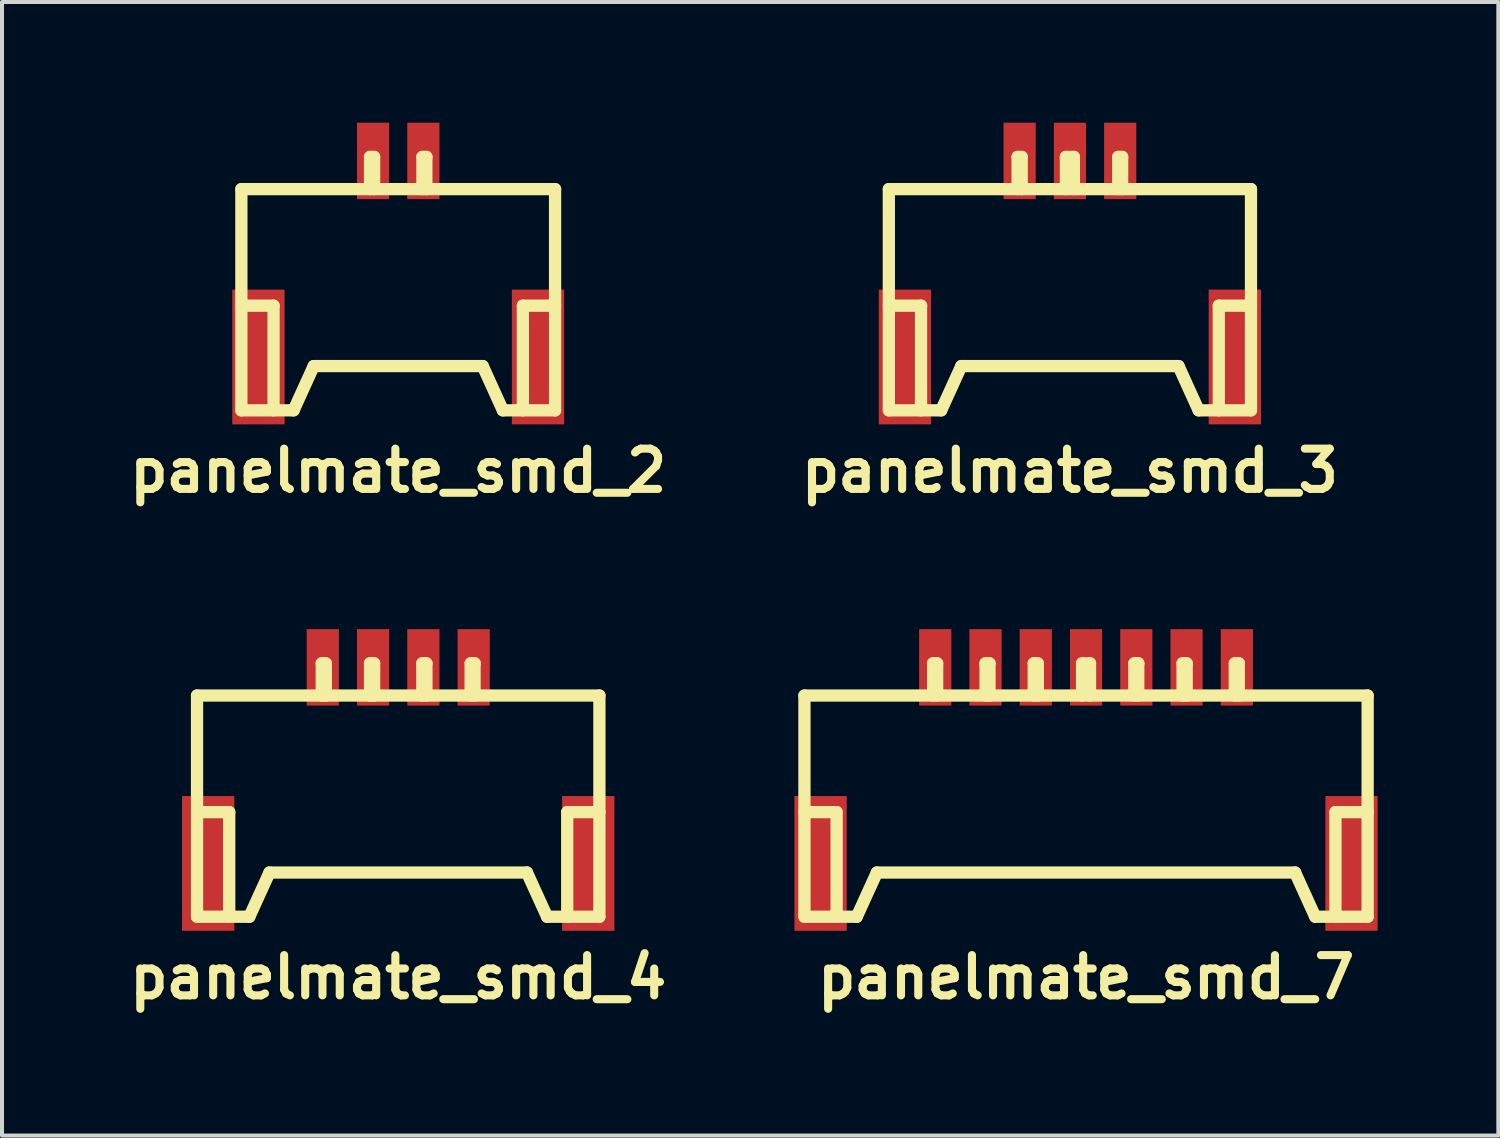
<source format=kicad_pcb>
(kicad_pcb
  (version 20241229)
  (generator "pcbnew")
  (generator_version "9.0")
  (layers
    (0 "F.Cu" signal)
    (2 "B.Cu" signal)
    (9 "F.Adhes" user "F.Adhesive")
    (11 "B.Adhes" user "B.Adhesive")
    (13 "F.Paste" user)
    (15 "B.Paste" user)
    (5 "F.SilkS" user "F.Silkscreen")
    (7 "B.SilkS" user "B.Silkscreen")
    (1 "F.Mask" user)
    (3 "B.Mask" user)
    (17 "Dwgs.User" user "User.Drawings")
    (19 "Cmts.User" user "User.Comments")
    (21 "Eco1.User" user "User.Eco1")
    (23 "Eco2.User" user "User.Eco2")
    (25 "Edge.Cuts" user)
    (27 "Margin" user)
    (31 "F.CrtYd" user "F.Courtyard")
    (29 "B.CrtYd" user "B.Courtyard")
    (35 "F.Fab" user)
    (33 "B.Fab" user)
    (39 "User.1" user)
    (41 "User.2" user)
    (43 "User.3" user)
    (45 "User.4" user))
  (footprint "panelmate_smd_3"
    (layer "F.Cu")
    (at 23.546 4.45)
    (property "Reference" "panelmate_smd_3" (at 0 4.201 0) (layer "F.SilkS") (effects (font (size 1.001 1.001) (thickness 0.201))))
    (attr smd)
    (fp_line (start -4.501 -2.799) (end 4.501 -2.799) (stroke (width 0.305) (type solid)) (layer "F.SilkS"))
    (fp_line (start -4.501 2.7) (end -4.501 -2.799) (stroke (width 0.305) (type solid)) (layer "F.SilkS"))
    (fp_line (start -4.498 0.099) (end -3.698 0.099) (stroke (width 0.305) (type solid)) (layer "F.SilkS"))
    (fp_line (start -3.701 0.099) (end -3.701 2.7) (stroke (width 0.305) (type solid)) (layer "F.SilkS"))
    (fp_line (start -3.2 2.7) (end -4.498 2.7) (stroke (width 0.305) (type solid)) (layer "F.SilkS"))
    (fp_line (start -3.2 2.7) (end -2.7 1.6) (stroke (width 0.305) (type solid)) (layer "F.SilkS"))
    (fp_line (start -2.7 1.6) (end 2.7 1.6) (stroke (width 0.305) (type solid)) (layer "F.SilkS"))
    (fp_line (start -1.3 -3.599) (end -1.199 -3.599) (stroke (width 0.305) (type solid)) (layer "F.SilkS"))
    (fp_line (start -1.3 -2.799) (end -1.3 -3.599) (stroke (width 0.305) (type solid)) (layer "F.SilkS"))
    (fp_line (start -1.199 -3.599) (end -1.199 -2.799) (stroke (width 0.305) (type solid)) (layer "F.SilkS"))
    (fp_line (start -0.099 -3.599) (end 0.099 -3.599) (stroke (width 0.305) (type solid)) (layer "F.SilkS"))
    (fp_line (start -0.099 -2.799) (end -0.099 -3.599) (stroke (width 0.305) (type solid)) (layer "F.SilkS"))
    (fp_line (start 0.099 -3.599) (end 0.099 -2.799) (stroke (width 0.305) (type solid)) (layer "F.SilkS"))
    (fp_line (start 1.201 -3.599) (end 1.3 -3.599) (stroke (width 0.305) (type solid)) (layer "F.SilkS"))
    (fp_line (start 1.201 -2.799) (end 1.201 -3.599) (stroke (width 0.305) (type solid)) (layer "F.SilkS"))
    (fp_line (start 1.298 -3.599) (end 1.298 -2.799) (stroke (width 0.305) (type solid)) (layer "F.SilkS"))
    (fp_line (start 2.7 1.6) (end 3.2 2.7) (stroke (width 0.305) (type solid)) (layer "F.SilkS"))
    (fp_line (start 3.2 2.7) (end 4.498 2.7) (stroke (width 0.305) (type solid)) (layer "F.SilkS"))
    (fp_line (start 3.701 0.099) (end 3.701 2.7) (stroke (width 0.305) (type solid)) (layer "F.SilkS"))
    (fp_line (start 4.501 -2.799) (end 4.501 2.7) (stroke (width 0.305) (type solid)) (layer "F.SilkS"))
    (fp_line (start 4.501 0.099) (end 3.701 0.099) (stroke (width 0.305) (type solid)) (layer "F.SilkS"))
    (pad "1" smd rect (at -1.25 -3.5) (size 0.8 1.9) (layers "F.Cu" "F.Mask" "F.Paste"))
    (pad "2" smd rect (at 0 -3.5) (size 0.8 1.9) (layers "F.Cu" "F.Mask" "F.Paste"))
    (pad "3" smd rect (at 1.25 -3.5) (size 0.8 1.9) (layers "F.Cu" "F.Mask" "F.Paste"))
    (pad "4" smd rect (at -4.1 1.374) (size 1.3 3.35) (layers "F.Cu" "F.Mask" "F.Paste"))
    (pad "4" smd rect (at 4.1 1.374) (size 1.3 3.35) (layers "F.Cu" "F.Mask" "F.Paste")))
  (footprint "panelmate_smd_4"
    (layer "F.Cu")
    (at 6.849 17.039)
    (property "Reference" "panelmate_smd_4" (at 0 4.201 0) (layer "F.SilkS") (effects (font (size 1.001 1.001) (thickness 0.201))))
    (attr smd)
    (fp_line (start -5.001 -2.799) (end -5.001 2.7) (stroke (width 0.305) (type solid)) (layer "F.SilkS"))
    (fp_line (start -4.999 0.099) (end -4.199 0.099) (stroke (width 0.305) (type solid)) (layer "F.SilkS"))
    (fp_line (start -4.201 0.099) (end -4.201 2.7) (stroke (width 0.305) (type solid)) (layer "F.SilkS"))
    (fp_line (start -3.701 2.7) (end -4.999 2.7) (stroke (width 0.305) (type solid)) (layer "F.SilkS"))
    (fp_line (start -3.701 2.7) (end -3.2 1.6) (stroke (width 0.305) (type solid)) (layer "F.SilkS"))
    (fp_line (start -3.2 1.6) (end 3.2 1.6) (stroke (width 0.305) (type solid)) (layer "F.SilkS"))
    (fp_line (start -1.902 -3.599) (end -1.801 -3.599) (stroke (width 0.305) (type solid)) (layer "F.SilkS"))
    (fp_line (start -1.9 -2.799) (end -1.9 -3.599) (stroke (width 0.305) (type solid)) (layer "F.SilkS"))
    (fp_line (start -1.801 -3.599) (end -1.801 -2.799) (stroke (width 0.305) (type solid)) (layer "F.SilkS"))
    (fp_line (start -0.701 -3.599) (end -0.701 -2.799) (stroke (width 0.305) (type solid)) (layer "F.SilkS"))
    (fp_line (start -0.599 -3.599) (end -0.701 -3.599) (stroke (width 0.305) (type solid)) (layer "F.SilkS"))
    (fp_line (start -0.599 -3.599) (end -0.599 -2.799) (stroke (width 0.305) (type solid)) (layer "F.SilkS"))
    (fp_line (start 0.599 -3.599) (end 0.599 -2.799) (stroke (width 0.305) (type solid)) (layer "F.SilkS"))
    (fp_line (start 0.701 -3.599) (end 0.599 -3.599) (stroke (width 0.305) (type solid)) (layer "F.SilkS"))
    (fp_line (start 0.701 -2.799) (end 0.701 -3.599) (stroke (width 0.305) (type solid)) (layer "F.SilkS"))
    (fp_line (start 1.801 -2.799) (end 1.801 -3.599) (stroke (width 0.305) (type solid)) (layer "F.SilkS"))
    (fp_line (start 1.803 -3.599) (end 1.902 -3.599) (stroke (width 0.305) (type solid)) (layer "F.SilkS"))
    (fp_line (start 1.897 -3.599) (end 1.897 -2.799) (stroke (width 0.305) (type solid)) (layer "F.SilkS"))
    (fp_line (start 3.2 1.6) (end 3.701 2.7) (stroke (width 0.305) (type solid)) (layer "F.SilkS"))
    (fp_line (start 3.701 2.7) (end 4.999 2.7) (stroke (width 0.305) (type solid)) (layer "F.SilkS"))
    (fp_line (start 4.201 0.099) (end 4.201 2.7) (stroke (width 0.305) (type solid)) (layer "F.SilkS"))
    (fp_line (start 5.001 -2.799) (end -5.001 -2.799) (stroke (width 0.305) (type solid)) (layer "F.SilkS"))
    (fp_line (start 5.001 0.099) (end 4.201 0.099) (stroke (width 0.305) (type solid)) (layer "F.SilkS"))
    (fp_line (start 5.001 2.7) (end 5.001 -2.799) (stroke (width 0.305) (type solid)) (layer "F.SilkS"))
    (pad "1" smd rect (at -1.875 -3.5) (size 0.8 1.9) (layers "F.Cu" "F.Mask" "F.Paste"))
    (pad "2" smd rect (at -0.625 -3.5) (size 0.8 1.9) (layers "F.Cu" "F.Mask" "F.Paste"))
    (pad "3" smd rect (at 0.625 -3.5) (size 0.8 1.9) (layers "F.Cu" "F.Mask" "F.Paste"))
    (pad "4" smd rect (at 1.875 -3.5) (size 0.8 1.9) (layers "F.Cu" "F.Mask" "F.Paste"))
    (pad "5" smd rect (at -4.724 1.374) (size 1.3 3.35) (layers "F.Cu" "F.Mask" "F.Paste"))
    (pad "5" smd rect (at 4.724 1.374) (size 1.3 3.35) (layers "F.Cu" "F.Mask" "F.Paste")))
  (footprint "panelmate_smd_2"
    (layer "F.Cu")
    (at 6.849 4.45)
    (property "Reference" "panelmate_smd_2" (at 0 4.201 0) (layer "F.SilkS") (effects (font (size 1.001 1.001) (thickness 0.201))))
    (attr smd)
    (fp_line (start -3.899 -2.799) (end 3.899 -2.799) (stroke (width 0.305) (type solid)) (layer "F.SilkS"))
    (fp_line (start -3.899 0.099) (end -3.099 0.099) (stroke (width 0.305) (type solid)) (layer "F.SilkS"))
    (fp_line (start -3.899 2.7) (end -3.899 -2.799) (stroke (width 0.305) (type solid)) (layer "F.SilkS"))
    (fp_line (start -3.099 0.099) (end -3.099 2.7) (stroke (width 0.305) (type solid)) (layer "F.SilkS"))
    (fp_line (start -2.601 2.7) (end -3.899 2.7) (stroke (width 0.305) (type solid)) (layer "F.SilkS"))
    (fp_line (start -2.601 2.7) (end -2.101 1.6) (stroke (width 0.305) (type solid)) (layer "F.SilkS"))
    (fp_line (start -2.101 1.6) (end 2.101 1.6) (stroke (width 0.305) (type solid)) (layer "F.SilkS"))
    (fp_line (start -0.701 -3.599) (end -0.599 -3.599) (stroke (width 0.305) (type solid)) (layer "F.SilkS"))
    (fp_line (start -0.701 -2.799) (end -0.701 -3.599) (stroke (width 0.305) (type solid)) (layer "F.SilkS"))
    (fp_line (start -0.599 -3.599) (end -0.599 -2.799) (stroke (width 0.305) (type solid)) (layer "F.SilkS"))
    (fp_line (start 0.602 -3.599) (end 0.701 -3.599) (stroke (width 0.305) (type solid)) (layer "F.SilkS"))
    (fp_line (start 0.602 -2.799) (end 0.602 -3.599) (stroke (width 0.305) (type solid)) (layer "F.SilkS"))
    (fp_line (start 0.699 -3.599) (end 0.699 -2.799) (stroke (width 0.305) (type solid)) (layer "F.SilkS"))
    (fp_line (start 2.101 1.6) (end 2.601 2.7) (stroke (width 0.305) (type solid)) (layer "F.SilkS"))
    (fp_line (start 2.601 2.7) (end 3.899 2.7) (stroke (width 0.305) (type solid)) (layer "F.SilkS"))
    (fp_line (start 3.099 0.099) (end 3.099 2.7) (stroke (width 0.305) (type solid)) (layer "F.SilkS"))
    (fp_line (start 3.899 -2.799) (end 3.899 2.7) (stroke (width 0.305) (type solid)) (layer "F.SilkS"))
    (fp_line (start 3.899 0.099) (end 3.099 0.099) (stroke (width 0.305) (type solid)) (layer "F.SilkS"))
    (pad "1" smd rect (at -0.625 -3.5) (size 0.8 1.9) (layers "F.Cu" "F.Mask" "F.Paste"))
    (pad "2" smd rect (at 0.625 -3.5) (size 0.8 1.9) (layers "F.Cu" "F.Mask" "F.Paste"))
    (pad "3" smd rect (at -3.475 1.374) (size 1.3 3.35) (layers "F.Cu" "F.Mask" "F.Paste"))
    (pad "3" smd rect (at 3.475 1.374) (size 1.3 3.35) (layers "F.Cu" "F.Mask" "F.Paste")))
  (footprint "panelmate_smd_7"
    (layer "F.Cu")
    (at 23.947 17.039)
    (property "Reference" "panelmate_smd_7" (at 0 4.201 0) (layer "F.SilkS") (effects (font (size 1.001 1.001) (thickness 0.201))))
    (attr smd)
    (fp_line (start -7 -2.799) (end -7 2.7) (stroke (width 0.305) (type solid)) (layer "F.SilkS"))
    (fp_line (start -7 -2.799) (end 7 -2.799) (stroke (width 0.305) (type solid)) (layer "F.SilkS"))
    (fp_line (start -7 0.099) (end -6.2 0.099) (stroke (width 0.305) (type solid)) (layer "F.SilkS"))
    (fp_line (start -6.2 0.099) (end -6.2 2.7) (stroke (width 0.305) (type solid)) (layer "F.SilkS"))
    (fp_line (start -5.7 2.7) (end -6.998 2.7) (stroke (width 0.305) (type solid)) (layer "F.SilkS"))
    (fp_line (start -5.7 2.7) (end -5.199 1.6) (stroke (width 0.305) (type solid)) (layer "F.SilkS"))
    (fp_line (start -5.199 1.6) (end 5.199 1.6) (stroke (width 0.305) (type solid)) (layer "F.SilkS"))
    (fp_line (start -3.802 -3.599) (end -3.701 -3.599) (stroke (width 0.305) (type solid)) (layer "F.SilkS"))
    (fp_line (start -3.8 -2.799) (end -3.8 -3.599) (stroke (width 0.305) (type solid)) (layer "F.SilkS"))
    (fp_line (start -3.701 -3.599) (end -3.701 -2.799) (stroke (width 0.305) (type solid)) (layer "F.SilkS"))
    (fp_line (start -2.502 -3.599) (end -2.4 -3.599) (stroke (width 0.305) (type solid)) (layer "F.SilkS"))
    (fp_line (start -2.497 -2.799) (end -2.497 -3.599) (stroke (width 0.305) (type solid)) (layer "F.SilkS"))
    (fp_line (start -2.4 -3.599) (end -2.4 -2.799) (stroke (width 0.305) (type solid)) (layer "F.SilkS"))
    (fp_line (start -1.3 -3.599) (end -1.3 -2.799) (stroke (width 0.305) (type solid)) (layer "F.SilkS"))
    (fp_line (start -1.199 -3.599) (end -1.3 -3.599) (stroke (width 0.305) (type solid)) (layer "F.SilkS"))
    (fp_line (start -1.199 -3.599) (end -1.199 -2.799) (stroke (width 0.305) (type solid)) (layer "F.SilkS"))
    (fp_line (start -0.099 -3.599) (end 0.099 -3.599) (stroke (width 0.305) (type solid)) (layer "F.SilkS"))
    (fp_line (start -0.099 -2.799) (end -0.099 -3.599) (stroke (width 0.305) (type solid)) (layer "F.SilkS"))
    (fp_line (start 0.099 -3.599) (end 0.099 -2.799) (stroke (width 0.305) (type solid)) (layer "F.SilkS"))
    (fp_line (start 1.201 -3.599) (end 1.3 -3.599) (stroke (width 0.305) (type solid)) (layer "F.SilkS"))
    (fp_line (start 1.201 -2.799) (end 1.201 -3.599) (stroke (width 0.305) (type solid)) (layer "F.SilkS"))
    (fp_line (start 1.298 -3.599) (end 1.298 -2.799) (stroke (width 0.305) (type solid)) (layer "F.SilkS"))
    (fp_line (start 2.4 -3.599) (end 2.4 -2.799) (stroke (width 0.305) (type solid)) (layer "F.SilkS"))
    (fp_line (start 2.502 -3.599) (end 2.4 -3.599) (stroke (width 0.305) (type solid)) (layer "F.SilkS"))
    (fp_line (start 2.502 -2.799) (end 2.502 -3.599) (stroke (width 0.305) (type solid)) (layer "F.SilkS"))
    (fp_line (start 3.698 -3.599) (end 3.698 -2.799) (stroke (width 0.305) (type solid)) (layer "F.SilkS"))
    (fp_line (start 3.701 -3.599) (end 3.8 -3.599) (stroke (width 0.305) (type solid)) (layer "F.SilkS"))
    (fp_line (start 3.797 -2.799) (end 3.797 -3.599) (stroke (width 0.305) (type solid)) (layer "F.SilkS"))
    (fp_line (start 5.197 1.6) (end 5.697 2.7) (stroke (width 0.305) (type solid)) (layer "F.SilkS"))
    (fp_line (start 5.702 2.7) (end 7 2.7) (stroke (width 0.305) (type solid)) (layer "F.SilkS"))
    (fp_line (start 6.2 0.099) (end 6.2 2.7) (stroke (width 0.305) (type solid)) (layer "F.SilkS"))
    (fp_line (start 7 -2.799) (end 7 2.7) (stroke (width 0.305) (type solid)) (layer "F.SilkS"))
    (fp_line (start 7 0.099) (end 6.2 0.099) (stroke (width 0.305) (type solid)) (layer "F.SilkS"))
    (pad "1" smd rect (at -3.749 -3.5) (size 0.8 1.9) (layers "F.Cu" "F.Mask" "F.Paste"))
    (pad "2" smd rect (at -2.499 -3.5) (size 0.8 1.9) (layers "F.Cu" "F.Mask" "F.Paste"))
    (pad "3" smd rect (at -1.25 -3.5) (size 0.8 1.9) (layers "F.Cu" "F.Mask" "F.Paste"))
    (pad "4" smd rect (at 0 -3.5) (size 0.8 1.9) (layers "F.Cu" "F.Mask" "F.Paste"))
    (pad "5" smd rect (at 1.25 -3.5) (size 0.8 1.9) (layers "F.Cu" "F.Mask" "F.Paste"))
    (pad "6" smd rect (at 2.499 -3.5) (size 0.8 1.9) (layers "F.Cu" "F.Mask" "F.Paste"))
    (pad "7" smd rect (at 3.749 -3.5) (size 0.8 1.9) (layers "F.Cu" "F.Mask" "F.Paste"))
    (pad "8" smd rect (at -6.599 1.374) (size 1.3 3.35) (layers "F.Cu" "F.Mask" "F.Paste"))
    (pad "8" smd rect (at 6.599 1.374) (size 1.3 3.35) (layers "F.Cu" "F.Mask" "F.Paste")))
  (gr_rect
    (start -3 -3)
    (end 34.196 25.178)
    (stroke (width 0.1) (type default))
    (fill no)
    (layer "Edge.Cuts")))
</source>
